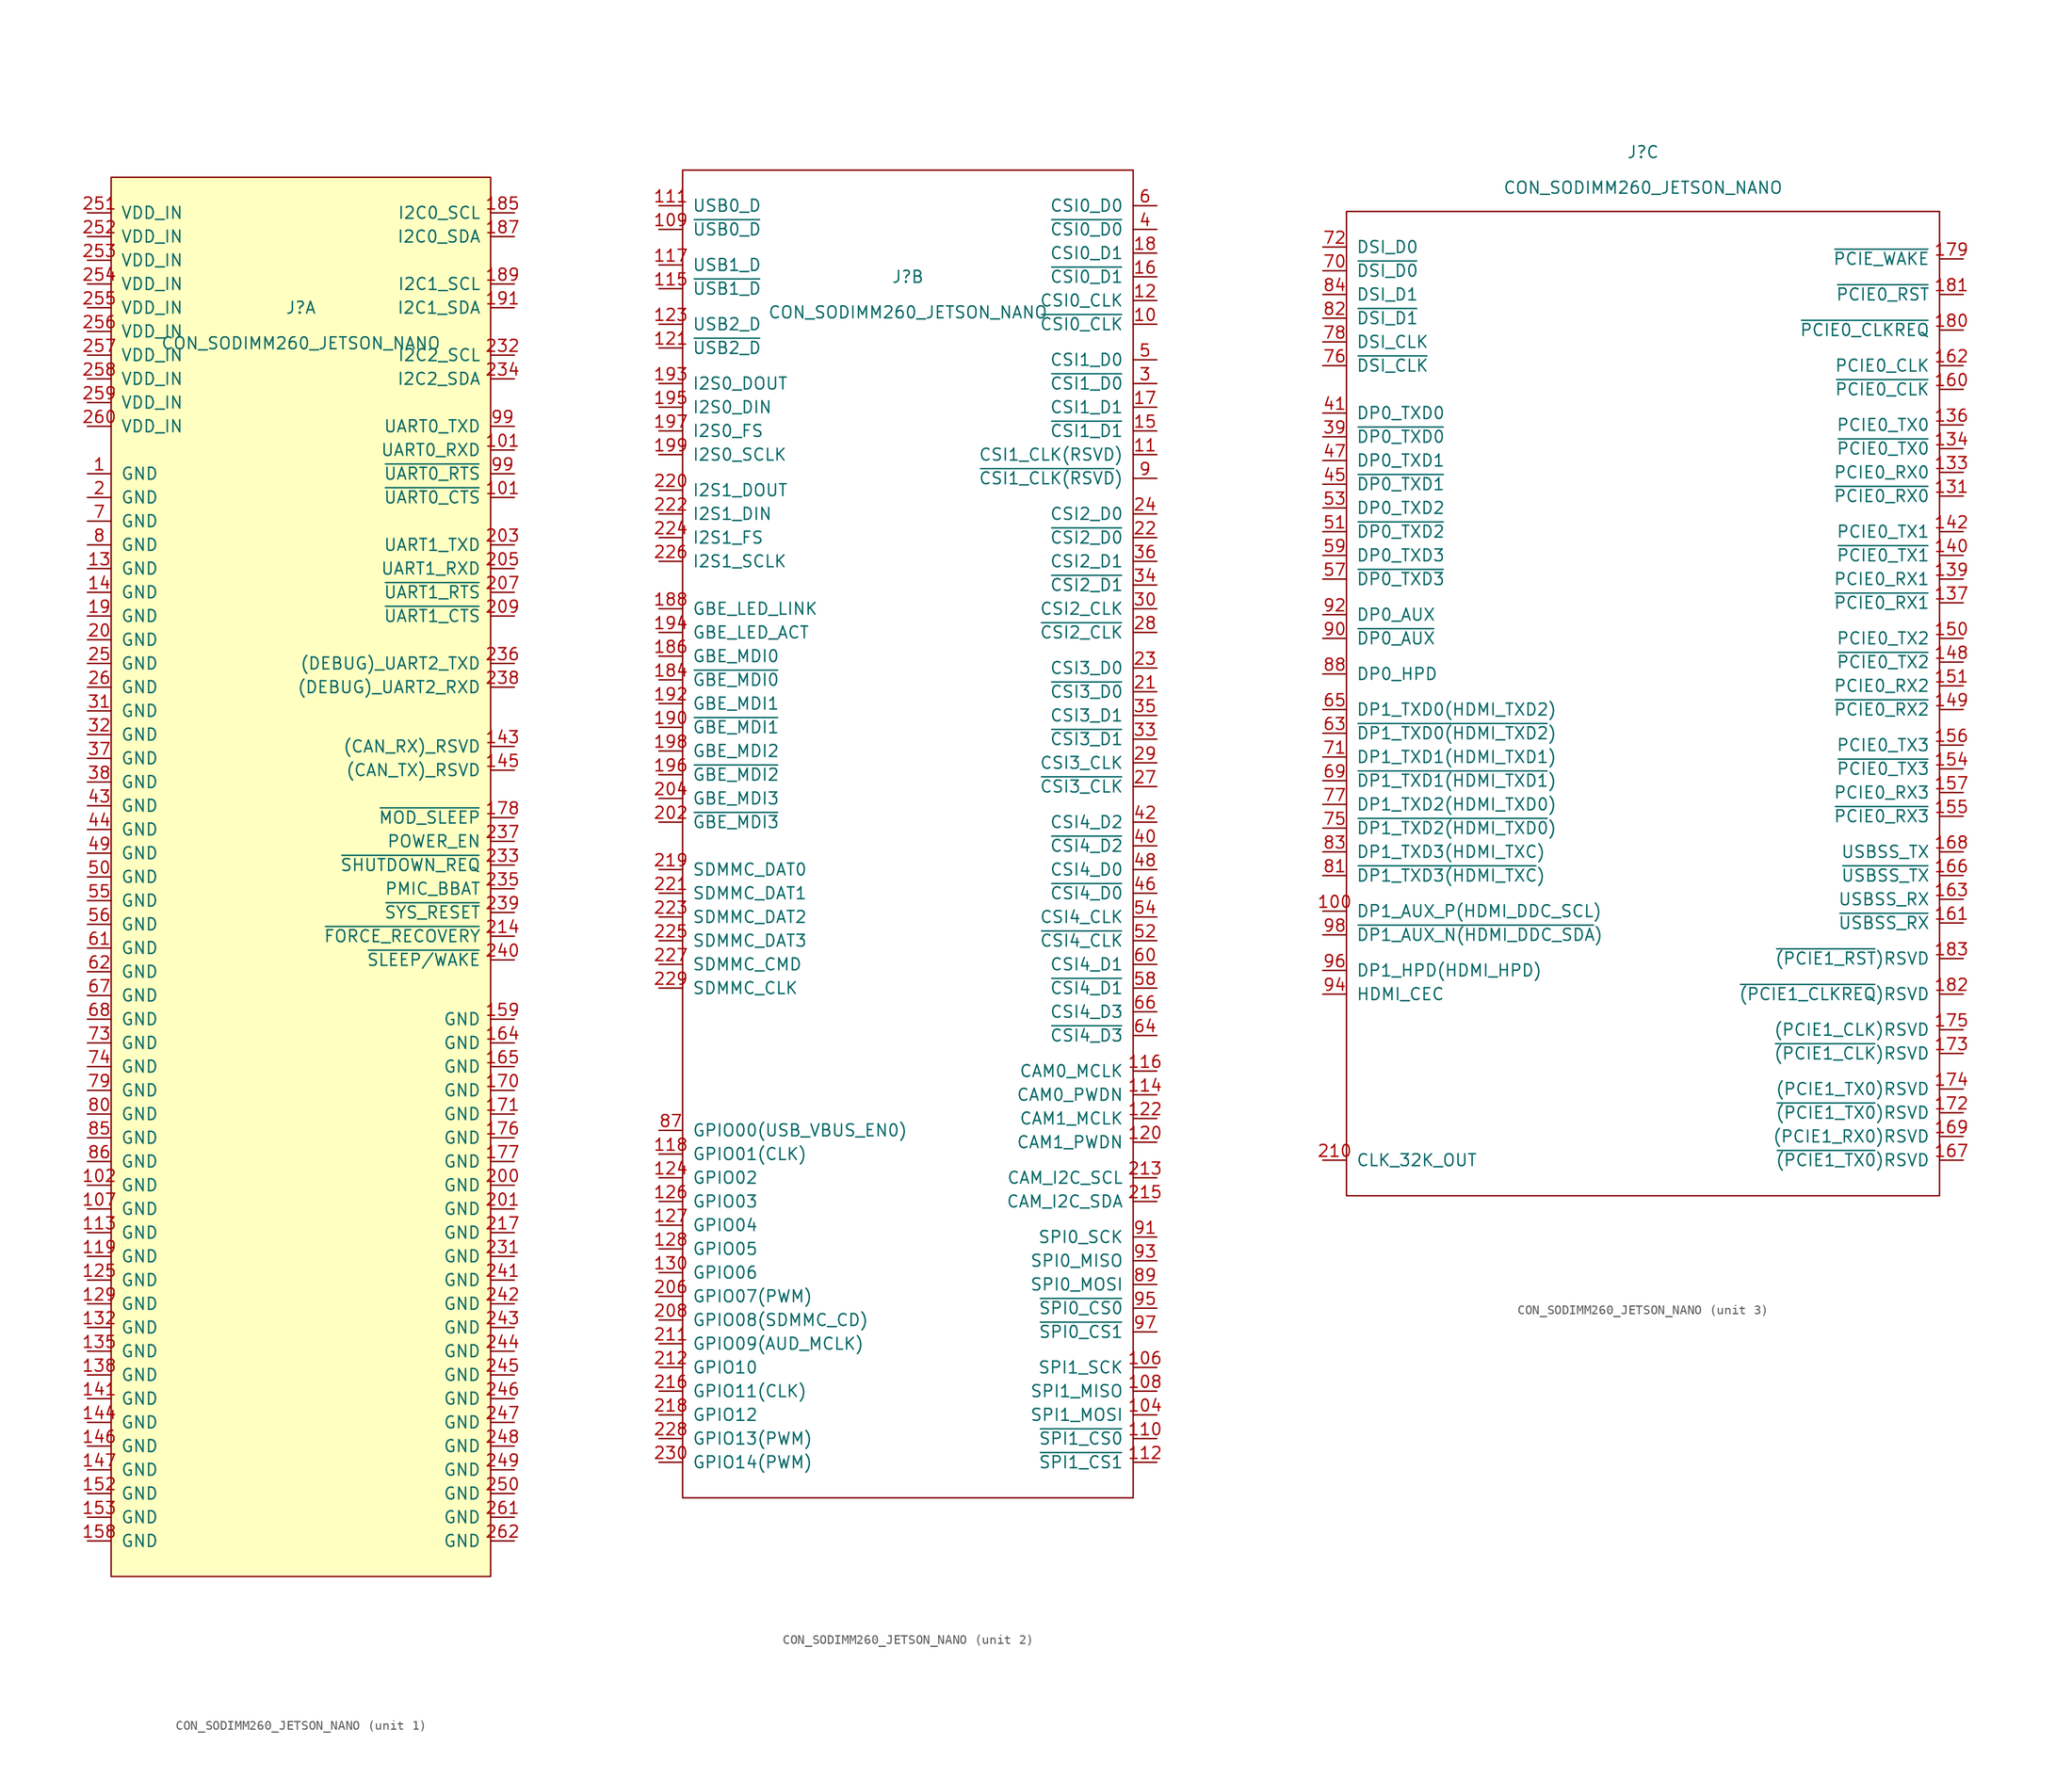
<source format=kicad_sym>
(kicad_symbol_lib
  (version 20211014)
  (generator kicad_symbol_editor)
  (symbol "CON_SODIMM260_JETSON_NANO"
    (pin_names
      (offset 1.016))
    (property "Reference" "J"
      (at 0 59.69 0)
      (effects (font (size 1.27 1.27))))
    (property "Value" "CON_SODIMM260_JETSON_NANO"
      (at 0 55.88 0)
      (effects (font (size 1.27 1.27))))
    (property "ki_locked" ""
      (at 0 0 0)
      (effects (font (size 1.27 1.27))))
    (symbol "CON_SODIMM260_JETSON_NANO_1_1"
      (rectangle (start -20.32 73.66) (end 20.32 -76.2) (stroke (width 0) (type default) (color 0 0 0 0)) (fill (type background)))
      (pin power_in line (at -22.86 41.91 0) (length 2.54) (name "GND" (effects (font (size 1.27 1.27)))) (number "1" (effects (font (size 1.27 1.27)))))
      (pin input line (at 22.86 44.45 180) (length 2.54) (name "UART0_RXD" (effects (font (size 1.27 1.27)))) (number "101" (effects (font (size 1.27 1.27)))))
      (pin input line (at 22.86 39.37 180) (length 2.54) (name "~{UART0_CTS}" (effects (font (size 1.27 1.27)))) (number "101" (effects (font (size 1.27 1.27)))))
      (pin power_in line (at -22.86 -34.29 0) (length 2.54) (name "GND" (effects (font (size 1.27 1.27)))) (number "102" (effects (font (size 1.27 1.27)))))
      (pin power_in line (at -22.86 -36.83 0) (length 2.54) (name "GND" (effects (font (size 1.27 1.27)))) (number "107" (effects (font (size 1.27 1.27)))))
      (pin power_in line (at -22.86 -39.37 0) (length 2.54) (name "GND" (effects (font (size 1.27 1.27)))) (number "113" (effects (font (size 1.27 1.27)))))
      (pin power_in line (at -22.86 -41.91 0) (length 2.54) (name "GND" (effects (font (size 1.27 1.27)))) (number "119" (effects (font (size 1.27 1.27)))))
      (pin power_in line (at -22.86 -44.45 0) (length 2.54) (name "GND" (effects (font (size 1.27 1.27)))) (number "125" (effects (font (size 1.27 1.27)))))
      (pin power_in line (at -22.86 -46.99 0) (length 2.54) (name "GND" (effects (font (size 1.27 1.27)))) (number "129" (effects (font (size 1.27 1.27)))))
      (pin power_in line (at -22.86 31.75 0) (length 2.54) (name "GND" (effects (font (size 1.27 1.27)))) (number "13" (effects (font (size 1.27 1.27)))))
      (pin power_in line (at -22.86 -49.53 0) (length 2.54) (name "GND" (effects (font (size 1.27 1.27)))) (number "132" (effects (font (size 1.27 1.27)))))
      (pin power_in line (at -22.86 -52.07 0) (length 2.54) (name "GND" (effects (font (size 1.27 1.27)))) (number "135" (effects (font (size 1.27 1.27)))))
      (pin power_in line (at -22.86 -54.61 0) (length 2.54) (name "GND" (effects (font (size 1.27 1.27)))) (number "138" (effects (font (size 1.27 1.27)))))
      (pin power_in line (at -22.86 29.21 0) (length 2.54) (name "GND" (effects (font (size 1.27 1.27)))) (number "14" (effects (font (size 1.27 1.27)))))
      (pin power_in line (at -22.86 -57.15 0) (length 2.54) (name "GND" (effects (font (size 1.27 1.27)))) (number "141" (effects (font (size 1.27 1.27)))))
      (pin input line (at 22.86 12.7 180) (length 2.54) (name "(CAN_RX)_RSVD" (effects (font (size 1.27 1.27)))) (number "143" (effects (font (size 1.27 1.27)))))
      (pin power_in line (at -22.86 -59.69 0) (length 2.54) (name "GND" (effects (font (size 1.27 1.27)))) (number "144" (effects (font (size 1.27 1.27)))))
      (pin output line (at 22.86 10.16 180) (length 2.54) (name "(CAN_TX)_RSVD" (effects (font (size 1.27 1.27)))) (number "145" (effects (font (size 1.27 1.27)))))
      (pin power_in line (at -22.86 -62.23 0) (length 2.54) (name "GND" (effects (font (size 1.27 1.27)))) (number "146" (effects (font (size 1.27 1.27)))))
      (pin power_in line (at -22.86 -64.77 0) (length 2.54) (name "GND" (effects (font (size 1.27 1.27)))) (number "147" (effects (font (size 1.27 1.27)))))
      (pin power_in line (at -22.86 -67.31 0) (length 2.54) (name "GND" (effects (font (size 1.27 1.27)))) (number "152" (effects (font (size 1.27 1.27)))))
      (pin power_in line (at -22.86 -69.85 0) (length 2.54) (name "GND" (effects (font (size 1.27 1.27)))) (number "153" (effects (font (size 1.27 1.27)))))
      (pin power_in line (at -22.86 -72.39 0) (length 2.54) (name "GND" (effects (font (size 1.27 1.27)))) (number "158" (effects (font (size 1.27 1.27)))))
      (pin power_in line (at 22.86 -16.51 180) (length 2.54) (name "GND" (effects (font (size 1.27 1.27)))) (number "159" (effects (font (size 1.27 1.27)))))
      (pin power_in line (at 22.86 -19.05 180) (length 2.54) (name "GND" (effects (font (size 1.27 1.27)))) (number "164" (effects (font (size 1.27 1.27)))))
      (pin power_in line (at 22.86 -21.59 180) (length 2.54) (name "GND" (effects (font (size 1.27 1.27)))) (number "165" (effects (font (size 1.27 1.27)))))
      (pin power_in line (at 22.86 -24.13 180) (length 2.54) (name "GND" (effects (font (size 1.27 1.27)))) (number "170" (effects (font (size 1.27 1.27)))))
      (pin power_in line (at 22.86 -26.67 180) (length 2.54) (name "GND" (effects (font (size 1.27 1.27)))) (number "171" (effects (font (size 1.27 1.27)))))
      (pin power_in line (at 22.86 -29.21 180) (length 2.54) (name "GND" (effects (font (size 1.27 1.27)))) (number "176" (effects (font (size 1.27 1.27)))))
      (pin power_in line (at 22.86 -31.75 180) (length 2.54) (name "GND" (effects (font (size 1.27 1.27)))) (number "177" (effects (font (size 1.27 1.27)))))
      (pin output line (at 22.86 5.08 180) (length 2.54) (name "~{MOD_SLEEP}" (effects (font (size 1.27 1.27)))) (number "178" (effects (font (size 1.27 1.27)))))
      (pin bidirectional line (at 22.86 69.85 180) (length 2.54) (name "I2C0_SCL" (effects (font (size 1.27 1.27)))) (number "185" (effects (font (size 1.27 1.27)))))
      (pin bidirectional line (at 22.86 67.31 180) (length 2.54) (name "I2C0_SDA" (effects (font (size 1.27 1.27)))) (number "187" (effects (font (size 1.27 1.27)))))
      (pin bidirectional line (at 22.86 62.23 180) (length 2.54) (name "I2C1_SCL" (effects (font (size 1.27 1.27)))) (number "189" (effects (font (size 1.27 1.27)))))
      (pin power_in line (at -22.86 26.67 0) (length 2.54) (name "GND" (effects (font (size 1.27 1.27)))) (number "19" (effects (font (size 1.27 1.27)))))
      (pin bidirectional line (at 22.86 59.69 180) (length 2.54) (name "I2C1_SDA" (effects (font (size 1.27 1.27)))) (number "191" (effects (font (size 1.27 1.27)))))
      (pin power_in line (at -22.86 39.37 0) (length 2.54) (name "GND" (effects (font (size 1.27 1.27)))) (number "2" (effects (font (size 1.27 1.27)))))
      (pin power_in line (at -22.86 24.13 0) (length 2.54) (name "GND" (effects (font (size 1.27 1.27)))) (number "20" (effects (font (size 1.27 1.27)))))
      (pin power_in line (at 22.86 -34.29 180) (length 2.54) (name "GND" (effects (font (size 1.27 1.27)))) (number "200" (effects (font (size 1.27 1.27)))))
      (pin power_in line (at 22.86 -36.83 180) (length 2.54) (name "GND" (effects (font (size 1.27 1.27)))) (number "201" (effects (font (size 1.27 1.27)))))
      (pin output line (at 22.86 34.29 180) (length 2.54) (name "UART1_TXD" (effects (font (size 1.27 1.27)))) (number "203" (effects (font (size 1.27 1.27)))))
      (pin input line (at 22.86 31.75 180) (length 2.54) (name "UART1_RXD" (effects (font (size 1.27 1.27)))) (number "205" (effects (font (size 1.27 1.27)))))
      (pin output line (at 22.86 29.21 180) (length 2.54) (name "~{UART1_RTS}" (effects (font (size 1.27 1.27)))) (number "207" (effects (font (size 1.27 1.27)))))
      (pin input line (at 22.86 26.67 180) (length 2.54) (name "~{UART1_CTS}" (effects (font (size 1.27 1.27)))) (number "209" (effects (font (size 1.27 1.27)))))
      (pin input line (at 22.86 -7.62 180) (length 2.54) (name "~{FORCE_RECOVERY}" (effects (font (size 1.27 1.27)))) (number "214" (effects (font (size 1.27 1.27)))))
      (pin power_in line (at 22.86 -39.37 180) (length 2.54) (name "GND" (effects (font (size 1.27 1.27)))) (number "217" (effects (font (size 1.27 1.27)))))
      (pin power_in line (at 22.86 -41.91 180) (length 2.54) (name "GND" (effects (font (size 1.27 1.27)))) (number "231" (effects (font (size 1.27 1.27)))))
      (pin bidirectional line (at 22.86 54.61 180) (length 2.54) (name "I2C2_SCL" (effects (font (size 1.27 1.27)))) (number "232" (effects (font (size 1.27 1.27)))))
      (pin output line (at 22.86 0 180) (length 2.54) (name "~{SHUTDOWN_REQ}" (effects (font (size 1.27 1.27)))) (number "233" (effects (font (size 1.27 1.27)))))
      (pin bidirectional line (at 22.86 52.07 180) (length 2.54) (name "I2C2_SDA" (effects (font (size 1.27 1.27)))) (number "234" (effects (font (size 1.27 1.27)))))
      (pin input line (at 22.86 -2.54 180) (length 2.54) (name "PMIC_BBAT" (effects (font (size 1.27 1.27)))) (number "235" (effects (font (size 1.27 1.27)))))
      (pin output line (at 22.86 21.59 180) (length 2.54) (name "(DEBUG)_UART2_TXD" (effects (font (size 1.27 1.27)))) (number "236" (effects (font (size 1.27 1.27)))))
      (pin input line (at 22.86 2.54 180) (length 2.54) (name "POWER_EN" (effects (font (size 1.27 1.27)))) (number "237" (effects (font (size 1.27 1.27)))))
      (pin input line (at 22.86 19.05 180) (length 2.54) (name "(DEBUG)_UART2_RXD" (effects (font (size 1.27 1.27)))) (number "238" (effects (font (size 1.27 1.27)))))
      (pin bidirectional line (at 22.86 -5.08 180) (length 2.54) (name "~{SYS_RESET}" (effects (font (size 1.27 1.27)))) (number "239" (effects (font (size 1.27 1.27)))))
      (pin input line (at 22.86 -10.16 180) (length 2.54) (name "~{SLEEP/WAKE}" (effects (font (size 1.27 1.27)))) (number "240" (effects (font (size 1.27 1.27)))))
      (pin power_in line (at 22.86 -44.45 180) (length 2.54) (name "GND" (effects (font (size 1.27 1.27)))) (number "241" (effects (font (size 1.27 1.27)))))
      (pin power_in line (at 22.86 -46.99 180) (length 2.54) (name "GND" (effects (font (size 1.27 1.27)))) (number "242" (effects (font (size 1.27 1.27)))))
      (pin power_in line (at 22.86 -49.53 180) (length 2.54) (name "GND" (effects (font (size 1.27 1.27)))) (number "243" (effects (font (size 1.27 1.27)))))
      (pin power_in line (at 22.86 -52.07 180) (length 2.54) (name "GND" (effects (font (size 1.27 1.27)))) (number "244" (effects (font (size 1.27 1.27)))))
      (pin power_in line (at 22.86 -54.61 180) (length 2.54) (name "GND" (effects (font (size 1.27 1.27)))) (number "245" (effects (font (size 1.27 1.27)))))
      (pin power_in line (at 22.86 -57.15 180) (length 2.54) (name "GND" (effects (font (size 1.27 1.27)))) (number "246" (effects (font (size 1.27 1.27)))))
      (pin power_in line (at 22.86 -59.69 180) (length 2.54) (name "GND" (effects (font (size 1.27 1.27)))) (number "247" (effects (font (size 1.27 1.27)))))
      (pin power_in line (at 22.86 -62.23 180) (length 2.54) (name "GND" (effects (font (size 1.27 1.27)))) (number "248" (effects (font (size 1.27 1.27)))))
      (pin power_in line (at 22.86 -64.77 180) (length 2.54) (name "GND" (effects (font (size 1.27 1.27)))) (number "249" (effects (font (size 1.27 1.27)))))
      (pin power_in line (at -22.86 21.59 0) (length 2.54) (name "GND" (effects (font (size 1.27 1.27)))) (number "25" (effects (font (size 1.27 1.27)))))
      (pin power_in line (at 22.86 -67.31 180) (length 2.54) (name "GND" (effects (font (size 1.27 1.27)))) (number "250" (effects (font (size 1.27 1.27)))))
      (pin power_in line (at -22.86 69.85 0) (length 2.54) (name "VDD_IN" (effects (font (size 1.27 1.27)))) (number "251" (effects (font (size 1.27 1.27)))))
      (pin power_in line (at -22.86 67.31 0) (length 2.54) (name "VDD_IN" (effects (font (size 1.27 1.27)))) (number "252" (effects (font (size 1.27 1.27)))))
      (pin power_in line (at -22.86 64.77 0) (length 2.54) (name "VDD_IN" (effects (font (size 1.27 1.27)))) (number "253" (effects (font (size 1.27 1.27)))))
      (pin power_in line (at -22.86 62.23 0) (length 2.54) (name "VDD_IN" (effects (font (size 1.27 1.27)))) (number "254" (effects (font (size 1.27 1.27)))))
      (pin power_in line (at -22.86 59.69 0) (length 2.54) (name "VDD_IN" (effects (font (size 1.27 1.27)))) (number "255" (effects (font (size 1.27 1.27)))))
      (pin power_in line (at -22.86 57.15 0) (length 2.54) (name "VDD_IN" (effects (font (size 1.27 1.27)))) (number "256" (effects (font (size 1.27 1.27)))))
      (pin power_in line (at -22.86 54.61 0) (length 2.54) (name "VDD_IN" (effects (font (size 1.27 1.27)))) (number "257" (effects (font (size 1.27 1.27)))))
      (pin power_in line (at -22.86 52.07 0) (length 2.54) (name "VDD_IN" (effects (font (size 1.27 1.27)))) (number "258" (effects (font (size 1.27 1.27)))))
      (pin power_in line (at -22.86 49.53 0) (length 2.54) (name "VDD_IN" (effects (font (size 1.27 1.27)))) (number "259" (effects (font (size 1.27 1.27)))))
      (pin power_in line (at -22.86 19.05 0) (length 2.54) (name "GND" (effects (font (size 1.27 1.27)))) (number "26" (effects (font (size 1.27 1.27)))))
      (pin power_in line (at -22.86 46.99 0) (length 2.54) (name "VDD_IN" (effects (font (size 1.27 1.27)))) (number "260" (effects (font (size 1.27 1.27)))))
      (pin power_in line (at 22.86 -69.85 180) (length 2.54) (name "GND" (effects (font (size 1.27 1.27)))) (number "261" (effects (font (size 1.27 1.27)))))
      (pin power_in line (at 22.86 -72.39 180) (length 2.54) (name "GND" (effects (font (size 1.27 1.27)))) (number "262" (effects (font (size 1.27 1.27)))))
      (pin power_in line (at -22.86 16.51 0) (length 2.54) (name "GND" (effects (font (size 1.27 1.27)))) (number "31" (effects (font (size 1.27 1.27)))))
      (pin power_in line (at -22.86 13.97 0) (length 2.54) (name "GND" (effects (font (size 1.27 1.27)))) (number "32" (effects (font (size 1.27 1.27)))))
      (pin power_in line (at -22.86 11.43 0) (length 2.54) (name "GND" (effects (font (size 1.27 1.27)))) (number "37" (effects (font (size 1.27 1.27)))))
      (pin power_in line (at -22.86 8.89 0) (length 2.54) (name "GND" (effects (font (size 1.27 1.27)))) (number "38" (effects (font (size 1.27 1.27)))))
      (pin power_in line (at -22.86 6.35 0) (length 2.54) (name "GND" (effects (font (size 1.27 1.27)))) (number "43" (effects (font (size 1.27 1.27)))))
      (pin power_in line (at -22.86 3.81 0) (length 2.54) (name "GND" (effects (font (size 1.27 1.27)))) (number "44" (effects (font (size 1.27 1.27)))))
      (pin power_in line (at -22.86 1.27 0) (length 2.54) (name "GND" (effects (font (size 1.27 1.27)))) (number "49" (effects (font (size 1.27 1.27)))))
      (pin power_in line (at -22.86 -1.27 0) (length 2.54) (name "GND" (effects (font (size 1.27 1.27)))) (number "50" (effects (font (size 1.27 1.27)))))
      (pin power_in line (at -22.86 -3.81 0) (length 2.54) (name "GND" (effects (font (size 1.27 1.27)))) (number "55" (effects (font (size 1.27 1.27)))))
      (pin power_in line (at -22.86 -6.35 0) (length 2.54) (name "GND" (effects (font (size 1.27 1.27)))) (number "56" (effects (font (size 1.27 1.27)))))
      (pin power_in line (at -22.86 -8.89 0) (length 2.54) (name "GND" (effects (font (size 1.27 1.27)))) (number "61" (effects (font (size 1.27 1.27)))))
      (pin power_in line (at -22.86 -11.43 0) (length 2.54) (name "GND" (effects (font (size 1.27 1.27)))) (number "62" (effects (font (size 1.27 1.27)))))
      (pin power_in line (at -22.86 -13.97 0) (length 2.54) (name "GND" (effects (font (size 1.27 1.27)))) (number "67" (effects (font (size 1.27 1.27)))))
      (pin power_in line (at -22.86 -16.51 0) (length 2.54) (name "GND" (effects (font (size 1.27 1.27)))) (number "68" (effects (font (size 1.27 1.27)))))
      (pin power_in line (at -22.86 36.83 0) (length 2.54) (name "GND" (effects (font (size 1.27 1.27)))) (number "7" (effects (font (size 1.27 1.27)))))
      (pin power_in line (at -22.86 -19.05 0) (length 2.54) (name "GND" (effects (font (size 1.27 1.27)))) (number "73" (effects (font (size 1.27 1.27)))))
      (pin power_in line (at -22.86 -21.59 0) (length 2.54) (name "GND" (effects (font (size 1.27 1.27)))) (number "74" (effects (font (size 1.27 1.27)))))
      (pin power_in line (at -22.86 -24.13 0) (length 2.54) (name "GND" (effects (font (size 1.27 1.27)))) (number "79" (effects (font (size 1.27 1.27)))))
      (pin power_in line (at -22.86 34.29 0) (length 2.54) (name "GND" (effects (font (size 1.27 1.27)))) (number "8" (effects (font (size 1.27 1.27)))))
      (pin power_in line (at -22.86 -26.67 0) (length 2.54) (name "GND" (effects (font (size 1.27 1.27)))) (number "80" (effects (font (size 1.27 1.27)))))
      (pin power_in line (at -22.86 -29.21 0) (length 2.54) (name "GND" (effects (font (size 1.27 1.27)))) (number "85" (effects (font (size 1.27 1.27)))))
      (pin power_in line (at -22.86 -31.75 0) (length 2.54) (name "GND" (effects (font (size 1.27 1.27)))) (number "86" (effects (font (size 1.27 1.27)))))
      (pin output line (at 22.86 46.99 180) (length 2.54) (name "UART0_TXD" (effects (font (size 1.27 1.27)))) (number "99" (effects (font (size 1.27 1.27)))))
      (pin output line (at 22.86 41.91 180) (length 2.54) (name "~{UART0_RTS}" (effects (font (size 1.27 1.27)))) (number "99" (effects (font (size 1.27 1.27))))))
    (symbol "CON_SODIMM260_JETSON_NANO_2_1"
      (rectangle (start -24.13 71.12) (end 24.13 -71.12) (stroke (width 0) (type default) (color 0 0 0 0)) (fill (type none)))
      (pin bidirectional line (at 26.67 54.61 180) (length 2.54) (name "~{CSI0_CLK}" (effects (font (size 1.27 1.27)))) (number "10" (effects (font (size 1.27 1.27)))))
      (pin bidirectional line (at 26.67 -62.23 180) (length 2.54) (name "SPI1_MOSI" (effects (font (size 1.27 1.27)))) (number "104" (effects (font (size 1.27 1.27)))))
      (pin bidirectional line (at 26.67 -57.15 180) (length 2.54) (name "SPI1_SCK" (effects (font (size 1.27 1.27)))) (number "106" (effects (font (size 1.27 1.27)))))
      (pin bidirectional line (at 26.67 -59.69 180) (length 2.54) (name "SPI1_MISO" (effects (font (size 1.27 1.27)))) (number "108" (effects (font (size 1.27 1.27)))))
      (pin bidirectional line (at -26.67 64.77 0) (length 2.54) (name "~{USB0_D}" (effects (font (size 1.27 1.27)))) (number "109" (effects (font (size 1.27 1.27)))))
      (pin bidirectional line (at 26.67 40.64 180) (length 2.54) (name "CSI1_CLK(RSVD)" (effects (font (size 1.27 1.27)))) (number "11" (effects (font (size 1.27 1.27)))))
      (pin bidirectional line (at 26.67 -64.77 180) (length 2.54) (name "~{SPI1_CS0}" (effects (font (size 1.27 1.27)))) (number "110" (effects (font (size 1.27 1.27)))))
      (pin bidirectional line (at -26.67 67.31 0) (length 2.54) (name "USB0_D" (effects (font (size 1.27 1.27)))) (number "111" (effects (font (size 1.27 1.27)))))
      (pin bidirectional line (at 26.67 -67.31 180) (length 2.54) (name "~{SPI1_CS1}" (effects (font (size 1.27 1.27)))) (number "112" (effects (font (size 1.27 1.27)))))
      (pin bidirectional line (at 26.67 -27.94 180) (length 2.54) (name "CAM0_PWDN" (effects (font (size 1.27 1.27)))) (number "114" (effects (font (size 1.27 1.27)))))
      (pin bidirectional line (at -26.67 58.42 0) (length 2.54) (name "~{USB1_D}" (effects (font (size 1.27 1.27)))) (number "115" (effects (font (size 1.27 1.27)))))
      (pin bidirectional line (at 26.67 -25.4 180) (length 2.54) (name "CAM0_MCLK" (effects (font (size 1.27 1.27)))) (number "116" (effects (font (size 1.27 1.27)))))
      (pin bidirectional line (at -26.67 60.96 0) (length 2.54) (name "USB1_D" (effects (font (size 1.27 1.27)))) (number "117" (effects (font (size 1.27 1.27)))))
      (pin output line (at -26.67 -34.29 0) (length 2.54) (name "GPIO01(CLK)" (effects (font (size 1.27 1.27)))) (number "118" (effects (font (size 1.27 1.27)))))
      (pin bidirectional line (at 26.67 57.15 180) (length 2.54) (name "CSI0_CLK" (effects (font (size 1.27 1.27)))) (number "12" (effects (font (size 1.27 1.27)))))
      (pin bidirectional line (at 26.67 -33.02 180) (length 2.54) (name "CAM1_PWDN" (effects (font (size 1.27 1.27)))) (number "120" (effects (font (size 1.27 1.27)))))
      (pin bidirectional line (at -26.67 52.07 0) (length 2.54) (name "~{USB2_D}" (effects (font (size 1.27 1.27)))) (number "121" (effects (font (size 1.27 1.27)))))
      (pin bidirectional line (at 26.67 -30.48 180) (length 2.54) (name "CAM1_MCLK" (effects (font (size 1.27 1.27)))) (number "122" (effects (font (size 1.27 1.27)))))
      (pin bidirectional line (at -26.67 54.61 0) (length 2.54) (name "USB2_D" (effects (font (size 1.27 1.27)))) (number "123" (effects (font (size 1.27 1.27)))))
      (pin bidirectional line (at -26.67 -36.83 0) (length 2.54) (name "GPIO02" (effects (font (size 1.27 1.27)))) (number "124" (effects (font (size 1.27 1.27)))))
      (pin bidirectional line (at -26.67 -39.37 0) (length 2.54) (name "GPIO03" (effects (font (size 1.27 1.27)))) (number "126" (effects (font (size 1.27 1.27)))))
      (pin bidirectional line (at -26.67 -41.91 0) (length 2.54) (name "GPIO04" (effects (font (size 1.27 1.27)))) (number "127" (effects (font (size 1.27 1.27)))))
      (pin bidirectional line (at -26.67 -44.45 0) (length 2.54) (name "GPIO05" (effects (font (size 1.27 1.27)))) (number "128" (effects (font (size 1.27 1.27)))))
      (pin bidirectional line (at -26.67 -46.99 0) (length 2.54) (name "GPIO06" (effects (font (size 1.27 1.27)))) (number "130" (effects (font (size 1.27 1.27)))))
      (pin bidirectional line (at 26.67 43.18 180) (length 2.54) (name "~{CSI1_D1}" (effects (font (size 1.27 1.27)))) (number "15" (effects (font (size 1.27 1.27)))))
      (pin bidirectional line (at 26.67 59.69 180) (length 2.54) (name "~{CSI0_D1}" (effects (font (size 1.27 1.27)))) (number "16" (effects (font (size 1.27 1.27)))))
      (pin bidirectional line (at 26.67 45.72 180) (length 2.54) (name "CSI1_D1" (effects (font (size 1.27 1.27)))) (number "17" (effects (font (size 1.27 1.27)))))
      (pin bidirectional line (at 26.67 62.23 180) (length 2.54) (name "CSI0_D1" (effects (font (size 1.27 1.27)))) (number "18" (effects (font (size 1.27 1.27)))))
      (pin bidirectional line (at -26.67 16.51 0) (length 2.54) (name "~{GBE_MDI0}" (effects (font (size 1.27 1.27)))) (number "184" (effects (font (size 1.27 1.27)))))
      (pin bidirectional line (at -26.67 19.05 0) (length 2.54) (name "GBE_MDI0" (effects (font (size 1.27 1.27)))) (number "186" (effects (font (size 1.27 1.27)))))
      (pin output line (at -26.67 24.13 0) (length 2.54) (name "GBE_LED_LINK" (effects (font (size 1.27 1.27)))) (number "188" (effects (font (size 1.27 1.27)))))
      (pin bidirectional line (at -26.67 11.43 0) (length 2.54) (name "~{GBE_MDI1}" (effects (font (size 1.27 1.27)))) (number "190" (effects (font (size 1.27 1.27)))))
      (pin bidirectional line (at -26.67 13.97 0) (length 2.54) (name "GBE_MDI1" (effects (font (size 1.27 1.27)))) (number "192" (effects (font (size 1.27 1.27)))))
      (pin output line (at -26.67 48.26 0) (length 2.54) (name "I2S0_DOUT" (effects (font (size 1.27 1.27)))) (number "193" (effects (font (size 1.27 1.27)))))
      (pin output line (at -26.67 21.59 0) (length 2.54) (name "GBE_LED_ACT" (effects (font (size 1.27 1.27)))) (number "194" (effects (font (size 1.27 1.27)))))
      (pin input line (at -26.67 45.72 0) (length 2.54) (name "I2S0_DIN" (effects (font (size 1.27 1.27)))) (number "195" (effects (font (size 1.27 1.27)))))
      (pin bidirectional line (at -26.67 6.35 0) (length 2.54) (name "~{GBE_MDI2}" (effects (font (size 1.27 1.27)))) (number "196" (effects (font (size 1.27 1.27)))))
      (pin bidirectional line (at -26.67 43.18 0) (length 2.54) (name "I2S0_FS" (effects (font (size 1.27 1.27)))) (number "197" (effects (font (size 1.27 1.27)))))
      (pin bidirectional line (at -26.67 8.89 0) (length 2.54) (name "GBE_MDI2" (effects (font (size 1.27 1.27)))) (number "198" (effects (font (size 1.27 1.27)))))
      (pin bidirectional line (at -26.67 40.64 0) (length 2.54) (name "I2S0_SCLK" (effects (font (size 1.27 1.27)))) (number "199" (effects (font (size 1.27 1.27)))))
      (pin bidirectional line (at -26.67 1.27 0) (length 2.54) (name "~{GBE_MDI3}" (effects (font (size 1.27 1.27)))) (number "202" (effects (font (size 1.27 1.27)))))
      (pin bidirectional line (at -26.67 3.81 0) (length 2.54) (name "GBE_MDI3" (effects (font (size 1.27 1.27)))) (number "204" (effects (font (size 1.27 1.27)))))
      (pin bidirectional line (at -26.67 -49.53 0) (length 2.54) (name "GPIO07(PWM)" (effects (font (size 1.27 1.27)))) (number "206" (effects (font (size 1.27 1.27)))))
      (pin bidirectional line (at -26.67 -52.07 0) (length 2.54) (name "GPIO08(SDMMC_CD)" (effects (font (size 1.27 1.27)))) (number "208" (effects (font (size 1.27 1.27)))))
      (pin bidirectional line (at 26.67 15.24 180) (length 2.54) (name "~{CSI3_D0}" (effects (font (size 1.27 1.27)))) (number "21" (effects (font (size 1.27 1.27)))))
      (pin bidirectional line (at -26.67 -54.61 0) (length 2.54) (name "GPIO09(AUD_MCLK)" (effects (font (size 1.27 1.27)))) (number "211" (effects (font (size 1.27 1.27)))))
      (pin bidirectional line (at -26.67 -57.15 0) (length 2.54) (name "GPIO10" (effects (font (size 1.27 1.27)))) (number "212" (effects (font (size 1.27 1.27)))))
      (pin bidirectional line (at 26.67 -36.83 180) (length 2.54) (name "CAM_I2C_SCL" (effects (font (size 1.27 1.27)))) (number "213" (effects (font (size 1.27 1.27)))))
      (pin bidirectional line (at 26.67 -39.37 180) (length 2.54) (name "CAM_I2C_SDA" (effects (font (size 1.27 1.27)))) (number "215" (effects (font (size 1.27 1.27)))))
      (pin bidirectional line (at -26.67 -59.69 0) (length 2.54) (name "GPIO11(CLK)" (effects (font (size 1.27 1.27)))) (number "216" (effects (font (size 1.27 1.27)))))
      (pin bidirectional line (at -26.67 -62.23 0) (length 2.54) (name "GPIO12" (effects (font (size 1.27 1.27)))) (number "218" (effects (font (size 1.27 1.27)))))
      (pin bidirectional line (at -26.67 -3.81 0) (length 2.54) (name "SDMMC_DAT0" (effects (font (size 1.27 1.27)))) (number "219" (effects (font (size 1.27 1.27)))))
      (pin bidirectional line (at 26.67 31.75 180) (length 2.54) (name "~{CSI2_D0}" (effects (font (size 1.27 1.27)))) (number "22" (effects (font (size 1.27 1.27)))))
      (pin output line (at -26.67 36.83 0) (length 2.54) (name "I2S1_DOUT" (effects (font (size 1.27 1.27)))) (number "220" (effects (font (size 1.27 1.27)))))
      (pin bidirectional line (at -26.67 -6.35 0) (length 2.54) (name "SDMMC_DAT1" (effects (font (size 1.27 1.27)))) (number "221" (effects (font (size 1.27 1.27)))))
      (pin input line (at -26.67 34.29 0) (length 2.54) (name "I2S1_DIN" (effects (font (size 1.27 1.27)))) (number "222" (effects (font (size 1.27 1.27)))))
      (pin bidirectional line (at -26.67 -8.89 0) (length 2.54) (name "SDMMC_DAT2" (effects (font (size 1.27 1.27)))) (number "223" (effects (font (size 1.27 1.27)))))
      (pin bidirectional line (at -26.67 31.75 0) (length 2.54) (name "I2S1_FS" (effects (font (size 1.27 1.27)))) (number "224" (effects (font (size 1.27 1.27)))))
      (pin bidirectional line (at -26.67 -11.43 0) (length 2.54) (name "SDMMC_DAT3" (effects (font (size 1.27 1.27)))) (number "225" (effects (font (size 1.27 1.27)))))
      (pin bidirectional line (at -26.67 29.21 0) (length 2.54) (name "I2S1_SCLK" (effects (font (size 1.27 1.27)))) (number "226" (effects (font (size 1.27 1.27)))))
      (pin bidirectional line (at -26.67 -13.97 0) (length 2.54) (name "SDMMC_CMD" (effects (font (size 1.27 1.27)))) (number "227" (effects (font (size 1.27 1.27)))))
      (pin bidirectional line (at -26.67 -64.77 0) (length 2.54) (name "GPIO13(PWM)" (effects (font (size 1.27 1.27)))) (number "228" (effects (font (size 1.27 1.27)))))
      (pin bidirectional line (at -26.67 -16.51 0) (length 2.54) (name "SDMMC_CLK" (effects (font (size 1.27 1.27)))) (number "229" (effects (font (size 1.27 1.27)))))
      (pin bidirectional line (at 26.67 17.78 180) (length 2.54) (name "CSI3_D0" (effects (font (size 1.27 1.27)))) (number "23" (effects (font (size 1.27 1.27)))))
      (pin bidirectional line (at -26.67 -67.31 0) (length 2.54) (name "GPIO14(PWM)" (effects (font (size 1.27 1.27)))) (number "230" (effects (font (size 1.27 1.27)))))
      (pin bidirectional line (at 26.67 34.29 180) (length 2.54) (name "CSI2_D0" (effects (font (size 1.27 1.27)))) (number "24" (effects (font (size 1.27 1.27)))))
      (pin bidirectional line (at 26.67 5.08 180) (length 2.54) (name "~{CSI3_CLK}" (effects (font (size 1.27 1.27)))) (number "27" (effects (font (size 1.27 1.27)))))
      (pin bidirectional line (at 26.67 21.59 180) (length 2.54) (name "~{CSI2_CLK}" (effects (font (size 1.27 1.27)))) (number "28" (effects (font (size 1.27 1.27)))))
      (pin bidirectional line (at 26.67 7.62 180) (length 2.54) (name "CSI3_CLK" (effects (font (size 1.27 1.27)))) (number "29" (effects (font (size 1.27 1.27)))))
      (pin bidirectional line (at 26.67 48.26 180) (length 2.54) (name "~{CSI1_D0}" (effects (font (size 1.27 1.27)))) (number "3" (effects (font (size 1.27 1.27)))))
      (pin bidirectional line (at 26.67 24.13 180) (length 2.54) (name "CSI2_CLK" (effects (font (size 1.27 1.27)))) (number "30" (effects (font (size 1.27 1.27)))))
      (pin bidirectional line (at 26.67 10.16 180) (length 2.54) (name "~{CSI3_D1}" (effects (font (size 1.27 1.27)))) (number "33" (effects (font (size 1.27 1.27)))))
      (pin bidirectional line (at 26.67 26.67 180) (length 2.54) (name "~{CSI2_D1}" (effects (font (size 1.27 1.27)))) (number "34" (effects (font (size 1.27 1.27)))))
      (pin bidirectional line (at 26.67 12.7 180) (length 2.54) (name "CSI3_D1" (effects (font (size 1.27 1.27)))) (number "35" (effects (font (size 1.27 1.27)))))
      (pin bidirectional line (at 26.67 29.21 180) (length 2.54) (name "CSI2_D1" (effects (font (size 1.27 1.27)))) (number "36" (effects (font (size 1.27 1.27)))))
      (pin bidirectional line (at 26.67 64.77 180) (length 2.54) (name "~{CSI0_D0}" (effects (font (size 1.27 1.27)))) (number "4" (effects (font (size 1.27 1.27)))))
      (pin bidirectional line (at 26.67 -1.27 180) (length 2.54) (name "~{CSI4_D2}" (effects (font (size 1.27 1.27)))) (number "40" (effects (font (size 1.27 1.27)))))
      (pin bidirectional line (at 26.67 1.27 180) (length 2.54) (name "CSI4_D2" (effects (font (size 1.27 1.27)))) (number "42" (effects (font (size 1.27 1.27)))))
      (pin bidirectional line (at 26.67 -6.35 180) (length 2.54) (name "~{CSI4_D0}" (effects (font (size 1.27 1.27)))) (number "46" (effects (font (size 1.27 1.27)))))
      (pin bidirectional line (at 26.67 -3.81 180) (length 2.54) (name "CSI4_D0" (effects (font (size 1.27 1.27)))) (number "48" (effects (font (size 1.27 1.27)))))
      (pin bidirectional line (at 26.67 50.8 180) (length 2.54) (name "CSI1_D0" (effects (font (size 1.27 1.27)))) (number "5" (effects (font (size 1.27 1.27)))))
      (pin bidirectional line (at 26.67 -11.43 180) (length 2.54) (name "~{CSI4_CLK}" (effects (font (size 1.27 1.27)))) (number "52" (effects (font (size 1.27 1.27)))))
      (pin bidirectional line (at 26.67 -8.89 180) (length 2.54) (name "CSI4_CLK" (effects (font (size 1.27 1.27)))) (number "54" (effects (font (size 1.27 1.27)))))
      (pin bidirectional line (at 26.67 -16.51 180) (length 2.54) (name "~{CSI4_D1}" (effects (font (size 1.27 1.27)))) (number "58" (effects (font (size 1.27 1.27)))))
      (pin bidirectional line (at 26.67 67.31 180) (length 2.54) (name "CSI0_D0" (effects (font (size 1.27 1.27)))) (number "6" (effects (font (size 1.27 1.27)))))
      (pin bidirectional line (at 26.67 -13.97 180) (length 2.54) (name "CSI4_D1" (effects (font (size 1.27 1.27)))) (number "60" (effects (font (size 1.27 1.27)))))
      (pin bidirectional line (at 26.67 -21.59 180) (length 2.54) (name "~{CSI4_D3}" (effects (font (size 1.27 1.27)))) (number "64" (effects (font (size 1.27 1.27)))))
      (pin bidirectional line (at 26.67 -19.05 180) (length 2.54) (name "CSI4_D3" (effects (font (size 1.27 1.27)))) (number "66" (effects (font (size 1.27 1.27)))))
      (pin output line (at -26.67 -31.75 0) (length 2.54) (name "GPIO00(USB_VBUS_EN0)" (effects (font (size 1.27 1.27)))) (number "87" (effects (font (size 1.27 1.27)))))
      (pin bidirectional line (at 26.67 -48.26 180) (length 2.54) (name "SPI0_MOSI" (effects (font (size 1.27 1.27)))) (number "89" (effects (font (size 1.27 1.27)))))
      (pin bidirectional line (at 26.67 38.1 180) (length 2.54) (name "~{CSI1_CLK(RSVD})" (effects (font (size 1.27 1.27)))) (number "9" (effects (font (size 1.27 1.27)))))
      (pin bidirectional line (at 26.67 -43.18 180) (length 2.54) (name "SPI0_SCK" (effects (font (size 1.27 1.27)))) (number "91" (effects (font (size 1.27 1.27)))))
      (pin bidirectional line (at 26.67 -45.72 180) (length 2.54) (name "SPI0_MISO" (effects (font (size 1.27 1.27)))) (number "93" (effects (font (size 1.27 1.27)))))
      (pin bidirectional line (at 26.67 -50.8 180) (length 2.54) (name "~{SPI0_CS0}" (effects (font (size 1.27 1.27)))) (number "95" (effects (font (size 1.27 1.27)))))
      (pin bidirectional line (at 26.67 -53.34 180) (length 2.54) (name "~{SPI0_CS1}" (effects (font (size 1.27 1.27)))) (number "97" (effects (font (size 1.27 1.27))))))
    (symbol "CON_SODIMM260_JETSON_NANO_3_1"
      (rectangle (start -31.75 53.34) (end 31.75 -52.07) (stroke (width 0) (type default) (color 0 0 0 0)) (fill (type none)))
      (pin bidirectional line (at -34.29 -21.59 0) (length 2.54) (name "DP1_AUX_P(HDMI_DDC_SCL)" (effects (font (size 1.27 1.27)))) (number "100" (effects (font (size 1.27 1.27)))))
      (pin bidirectional line (at 34.29 22.86 180) (length 2.54) (name "~{PCIE0_RX0}" (effects (font (size 1.27 1.27)))) (number "131" (effects (font (size 1.27 1.27)))))
      (pin bidirectional line (at 34.29 25.4 180) (length 2.54) (name "PCIE0_RX0" (effects (font (size 1.27 1.27)))) (number "133" (effects (font (size 1.27 1.27)))))
      (pin bidirectional line (at 34.29 27.94 180) (length 2.54) (name "~{PCIE0_TX0}" (effects (font (size 1.27 1.27)))) (number "134" (effects (font (size 1.27 1.27)))))
      (pin bidirectional line (at 34.29 30.48 180) (length 2.54) (name "PCIE0_TX0" (effects (font (size 1.27 1.27)))) (number "136" (effects (font (size 1.27 1.27)))))
      (pin bidirectional line (at 34.29 11.43 180) (length 2.54) (name "~{PCIE0_RX1}" (effects (font (size 1.27 1.27)))) (number "137" (effects (font (size 1.27 1.27)))))
      (pin bidirectional line (at 34.29 13.97 180) (length 2.54) (name "PCIE0_RX1" (effects (font (size 1.27 1.27)))) (number "139" (effects (font (size 1.27 1.27)))))
      (pin bidirectional line (at 34.29 16.51 180) (length 2.54) (name "~{PCIE0_TX1}" (effects (font (size 1.27 1.27)))) (number "140" (effects (font (size 1.27 1.27)))))
      (pin bidirectional line (at 34.29 19.05 180) (length 2.54) (name "PCIE0_TX1" (effects (font (size 1.27 1.27)))) (number "142" (effects (font (size 1.27 1.27)))))
      (pin bidirectional line (at 34.29 5.08 180) (length 2.54) (name "~{PCIE0_TX2}" (effects (font (size 1.27 1.27)))) (number "148" (effects (font (size 1.27 1.27)))))
      (pin bidirectional line (at 34.29 0 180) (length 2.54) (name "~{PCIE0_RX2}" (effects (font (size 1.27 1.27)))) (number "149" (effects (font (size 1.27 1.27)))))
      (pin bidirectional line (at 34.29 7.62 180) (length 2.54) (name "PCIE0_TX2" (effects (font (size 1.27 1.27)))) (number "150" (effects (font (size 1.27 1.27)))))
      (pin bidirectional line (at 34.29 2.54 180) (length 2.54) (name "PCIE0_RX2" (effects (font (size 1.27 1.27)))) (number "151" (effects (font (size 1.27 1.27)))))
      (pin bidirectional line (at 34.29 -6.35 180) (length 2.54) (name "~{PCIE0_TX3}" (effects (font (size 1.27 1.27)))) (number "154" (effects (font (size 1.27 1.27)))))
      (pin bidirectional line (at 34.29 -11.43 180) (length 2.54) (name "~{PCIE0_RX3}" (effects (font (size 1.27 1.27)))) (number "155" (effects (font (size 1.27 1.27)))))
      (pin bidirectional line (at 34.29 -3.81 180) (length 2.54) (name "PCIE0_TX3" (effects (font (size 1.27 1.27)))) (number "156" (effects (font (size 1.27 1.27)))))
      (pin bidirectional line (at 34.29 -8.89 180) (length 2.54) (name "PCIE0_RX3" (effects (font (size 1.27 1.27)))) (number "157" (effects (font (size 1.27 1.27)))))
      (pin bidirectional line (at 34.29 34.29 180) (length 2.54) (name "~{PCIE0_CLK}" (effects (font (size 1.27 1.27)))) (number "160" (effects (font (size 1.27 1.27)))))
      (pin bidirectional line (at 34.29 -22.86 180) (length 2.54) (name "~{USBSS_RX}" (effects (font (size 1.27 1.27)))) (number "161" (effects (font (size 1.27 1.27)))))
      (pin bidirectional line (at 34.29 36.83 180) (length 2.54) (name "PCIE0_CLK" (effects (font (size 1.27 1.27)))) (number "162" (effects (font (size 1.27 1.27)))))
      (pin bidirectional line (at 34.29 -20.32 180) (length 2.54) (name "USBSS_RX" (effects (font (size 1.27 1.27)))) (number "163" (effects (font (size 1.27 1.27)))))
      (pin bidirectional line (at 34.29 -17.78 180) (length 2.54) (name "~{USBSS_TX}" (effects (font (size 1.27 1.27)))) (number "166" (effects (font (size 1.27 1.27)))))
      (pin bidirectional line (at 34.29 -48.26 180) (length 2.54) (name "~{(PCIE1_TX0})RSVD" (effects (font (size 1.27 1.27)))) (number "167" (effects (font (size 1.27 1.27)))))
      (pin bidirectional line (at 34.29 -15.24 180) (length 2.54) (name "USBSS_TX" (effects (font (size 1.27 1.27)))) (number "168" (effects (font (size 1.27 1.27)))))
      (pin bidirectional line (at 34.29 -45.72 180) (length 2.54) (name "(PCIE1_RX0)RSVD" (effects (font (size 1.27 1.27)))) (number "169" (effects (font (size 1.27 1.27)))))
      (pin bidirectional line (at 34.29 -43.18 180) (length 2.54) (name "~{(PCIE1_TX0})RSVD" (effects (font (size 1.27 1.27)))) (number "172" (effects (font (size 1.27 1.27)))))
      (pin bidirectional line (at 34.29 -36.83 180) (length 2.54) (name "~{(PCIE1_CLK})RSVD" (effects (font (size 1.27 1.27)))) (number "173" (effects (font (size 1.27 1.27)))))
      (pin bidirectional line (at 34.29 -40.64 180) (length 2.54) (name "(PCIE1_TX0)RSVD" (effects (font (size 1.27 1.27)))) (number "174" (effects (font (size 1.27 1.27)))))
      (pin bidirectional line (at 34.29 -34.29 180) (length 2.54) (name "(PCIE1_CLK)RSVD" (effects (font (size 1.27 1.27)))) (number "175" (effects (font (size 1.27 1.27)))))
      (pin bidirectional line (at 34.29 48.26 180) (length 2.54) (name "~{PCIE_WAKE}" (effects (font (size 1.27 1.27)))) (number "179" (effects (font (size 1.27 1.27)))))
      (pin bidirectional line (at 34.29 40.64 180) (length 2.54) (name "~{PCIE0_CLKREQ}" (effects (font (size 1.27 1.27)))) (number "180" (effects (font (size 1.27 1.27)))))
      (pin bidirectional line (at 34.29 44.45 180) (length 2.54) (name "~{PCIE0_RST}" (effects (font (size 1.27 1.27)))) (number "181" (effects (font (size 1.27 1.27)))))
      (pin bidirectional line (at 34.29 -30.48 180) (length 2.54) (name "~{(PCIE1_CLKREQ})RSVD" (effects (font (size 1.27 1.27)))) (number "182" (effects (font (size 1.27 1.27)))))
      (pin bidirectional line (at 34.29 -26.67 180) (length 2.54) (name "~{(PCIE1_RST})RSVD" (effects (font (size 1.27 1.27)))) (number "183" (effects (font (size 1.27 1.27)))))
      (pin bidirectional line (at -34.29 -48.26 0) (length 2.54) (name "CLK_32K_OUT" (effects (font (size 1.27 1.27)))) (number "210" (effects (font (size 1.27 1.27)))))
      (pin bidirectional line (at -34.29 29.21 0) (length 2.54) (name "~{DP0_TXD0}" (effects (font (size 1.27 1.27)))) (number "39" (effects (font (size 1.27 1.27)))))
      (pin bidirectional line (at -34.29 31.75 0) (length 2.54) (name "DP0_TXD0" (effects (font (size 1.27 1.27)))) (number "41" (effects (font (size 1.27 1.27)))))
      (pin bidirectional line (at -34.29 24.13 0) (length 2.54) (name "~{DP0_TXD1}" (effects (font (size 1.27 1.27)))) (number "45" (effects (font (size 1.27 1.27)))))
      (pin bidirectional line (at -34.29 26.67 0) (length 2.54) (name "DP0_TXD1" (effects (font (size 1.27 1.27)))) (number "47" (effects (font (size 1.27 1.27)))))
      (pin bidirectional line (at -34.29 19.05 0) (length 2.54) (name "~{DP0_TXD2}" (effects (font (size 1.27 1.27)))) (number "51" (effects (font (size 1.27 1.27)))))
      (pin bidirectional line (at -34.29 21.59 0) (length 2.54) (name "DP0_TXD2" (effects (font (size 1.27 1.27)))) (number "53" (effects (font (size 1.27 1.27)))))
      (pin bidirectional line (at -34.29 13.97 0) (length 2.54) (name "~{DP0_TXD3}" (effects (font (size 1.27 1.27)))) (number "57" (effects (font (size 1.27 1.27)))))
      (pin bidirectional line (at -34.29 16.51 0) (length 2.54) (name "DP0_TXD3" (effects (font (size 1.27 1.27)))) (number "59" (effects (font (size 1.27 1.27)))))
      (pin bidirectional line (at -34.29 -2.54 0) (length 2.54) (name "~{DP1_TXD0(HDMI_TXD2})" (effects (font (size 1.27 1.27)))) (number "63" (effects (font (size 1.27 1.27)))))
      (pin bidirectional line (at -34.29 0 0) (length 2.54) (name "DP1_TXD0(HDMI_TXD2)" (effects (font (size 1.27 1.27)))) (number "65" (effects (font (size 1.27 1.27)))))
      (pin bidirectional line (at -34.29 -7.62 0) (length 2.54) (name "~{DP1_TXD1(HDMI_TXD1})" (effects (font (size 1.27 1.27)))) (number "69" (effects (font (size 1.27 1.27)))))
      (pin bidirectional line (at -34.29 46.99 0) (length 2.54) (name "~{DSI_D0}" (effects (font (size 1.27 1.27)))) (number "70" (effects (font (size 1.27 1.27)))))
      (pin bidirectional line (at -34.29 -5.08 0) (length 2.54) (name "DP1_TXD1(HDMI_TXD1)" (effects (font (size 1.27 1.27)))) (number "71" (effects (font (size 1.27 1.27)))))
      (pin bidirectional line (at -34.29 49.53 0) (length 2.54) (name "DSI_D0" (effects (font (size 1.27 1.27)))) (number "72" (effects (font (size 1.27 1.27)))))
      (pin bidirectional line (at -34.29 -12.7 0) (length 2.54) (name "~{DP1_TXD2(HDMI_TXD0})" (effects (font (size 1.27 1.27)))) (number "75" (effects (font (size 1.27 1.27)))))
      (pin bidirectional line (at -34.29 36.83 0) (length 2.54) (name "~{DSI_CLK}" (effects (font (size 1.27 1.27)))) (number "76" (effects (font (size 1.27 1.27)))))
      (pin bidirectional line (at -34.29 -10.16 0) (length 2.54) (name "DP1_TXD2(HDMI_TXD0)" (effects (font (size 1.27 1.27)))) (number "77" (effects (font (size 1.27 1.27)))))
      (pin bidirectional line (at -34.29 39.37 0) (length 2.54) (name "DSI_CLK" (effects (font (size 1.27 1.27)))) (number "78" (effects (font (size 1.27 1.27)))))
      (pin bidirectional line (at -34.29 -17.78 0) (length 2.54) (name "~{DP1_TXD3(HDMI_TXC})" (effects (font (size 1.27 1.27)))) (number "81" (effects (font (size 1.27 1.27)))))
      (pin bidirectional line (at -34.29 41.91 0) (length 2.54) (name "~{DSI_D1}" (effects (font (size 1.27 1.27)))) (number "82" (effects (font (size 1.27 1.27)))))
      (pin bidirectional line (at -34.29 -15.24 0) (length 2.54) (name "DP1_TXD3(HDMI_TXC)" (effects (font (size 1.27 1.27)))) (number "83" (effects (font (size 1.27 1.27)))))
      (pin bidirectional line (at -34.29 44.45 0) (length 2.54) (name "DSI_D1" (effects (font (size 1.27 1.27)))) (number "84" (effects (font (size 1.27 1.27)))))
      (pin bidirectional line (at -34.29 3.81 0) (length 2.54) (name "DP0_HPD" (effects (font (size 1.27 1.27)))) (number "88" (effects (font (size 1.27 1.27)))))
      (pin bidirectional line (at -34.29 7.62 0) (length 2.54) (name "~{DP0_AUX}" (effects (font (size 1.27 1.27)))) (number "90" (effects (font (size 1.27 1.27)))))
      (pin bidirectional line (at -34.29 10.16 0) (length 2.54) (name "DP0_AUX" (effects (font (size 1.27 1.27)))) (number "92" (effects (font (size 1.27 1.27)))))
      (pin bidirectional line (at -34.29 -30.48 0) (length 2.54) (name "HDMI_CEC" (effects (font (size 1.27 1.27)))) (number "94" (effects (font (size 1.27 1.27)))))
      (pin bidirectional line (at -34.29 -27.94 0) (length 2.54) (name "DP1_HPD(HDMI_HPD)" (effects (font (size 1.27 1.27)))) (number "96" (effects (font (size 1.27 1.27)))))
      (pin bidirectional line (at -34.29 -24.13 0) (length 2.54) (name "~{DP1_AUX_N(HDMI_DDC_SDA})" (effects (font (size 1.27 1.27)))) (number "98" (effects (font (size 1.27 1.27))))))))
</source>
